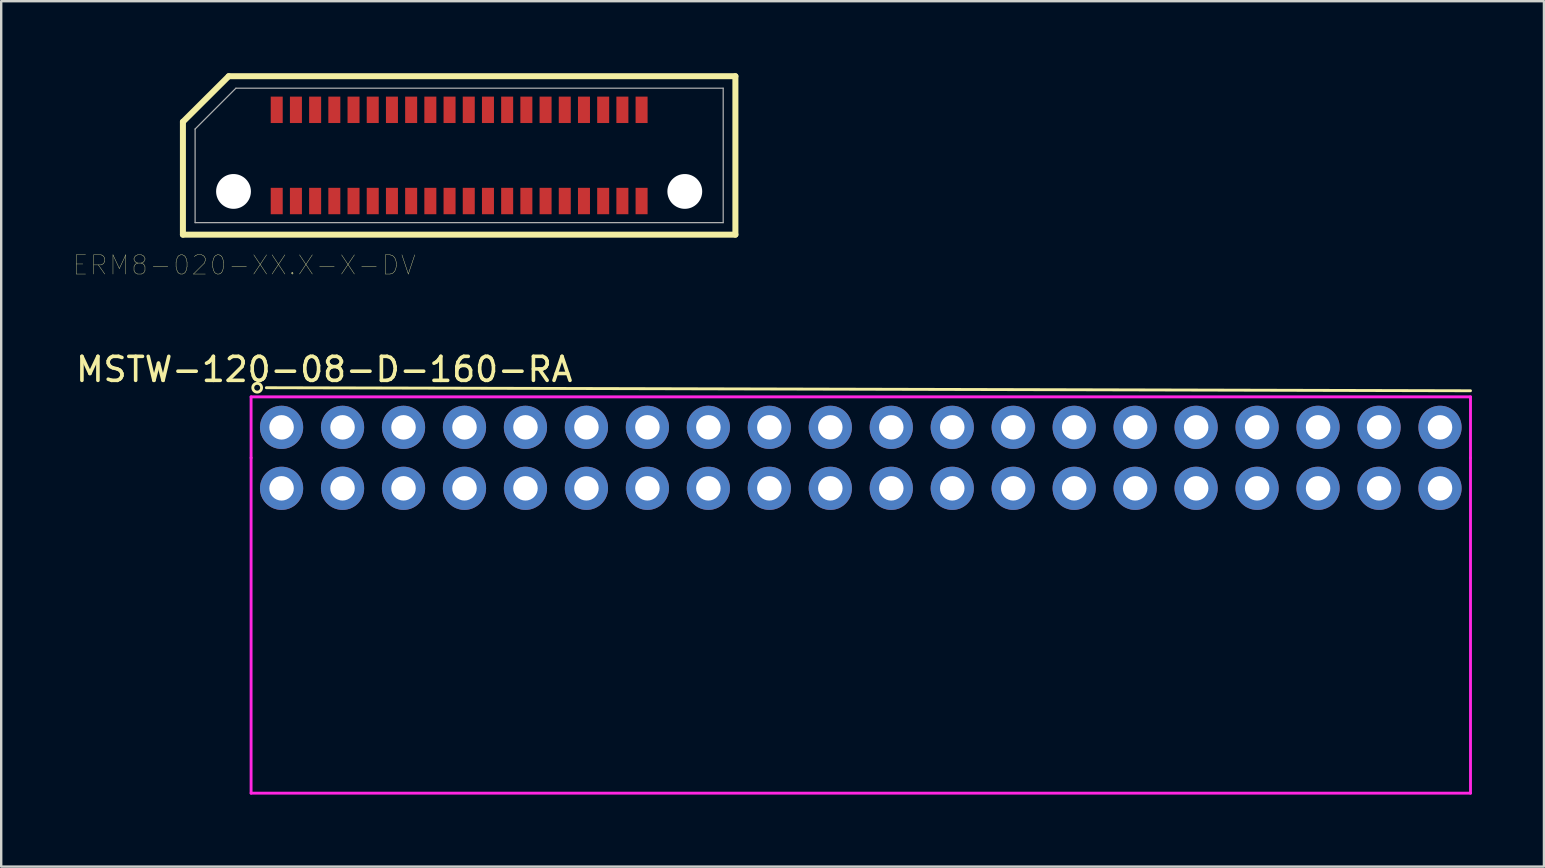
<source format=kicad_pcb>
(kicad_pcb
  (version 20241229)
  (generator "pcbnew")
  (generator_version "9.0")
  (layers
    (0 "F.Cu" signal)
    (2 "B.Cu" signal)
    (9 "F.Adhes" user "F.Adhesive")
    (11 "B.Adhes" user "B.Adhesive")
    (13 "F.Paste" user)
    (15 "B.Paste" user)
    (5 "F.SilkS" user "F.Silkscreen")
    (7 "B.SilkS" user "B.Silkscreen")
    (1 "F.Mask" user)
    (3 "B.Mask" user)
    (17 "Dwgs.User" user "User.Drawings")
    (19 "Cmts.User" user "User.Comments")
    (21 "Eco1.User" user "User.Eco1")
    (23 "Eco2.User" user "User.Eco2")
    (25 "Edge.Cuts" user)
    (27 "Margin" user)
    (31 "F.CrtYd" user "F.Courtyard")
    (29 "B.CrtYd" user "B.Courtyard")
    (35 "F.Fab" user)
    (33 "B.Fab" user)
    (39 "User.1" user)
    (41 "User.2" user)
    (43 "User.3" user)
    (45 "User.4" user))
  (footprint "ERM8-020-XX.X-X-DV"
    (layer "F.Cu")
    (at 16.078 3.425)
    (property "Reference" "ERM8-020-XX.X-X-DV" (at -8.955 4.572 0) (layer "F.SilkS") (effects (font (size 0.8 0.8) (thickness 0.015))))
    (attr through_hole)
    (fp_line (start -11.508 -1.4) (end -9.6 -3.3) (stroke (width 0.25) (type solid)) (layer "F.SilkS"))
    (fp_line (start -11.508 3.3) (end -11.508 -1.4) (stroke (width 0.25) (type solid)) (layer "F.SilkS"))
    (fp_line (start -9.6 -3.3) (end 11.508 -3.3) (stroke (width 0.25) (type solid)) (layer "F.SilkS"))
    (fp_line (start 11.508 -3.3) (end 11.508 3.3) (stroke (width 0.25) (type solid)) (layer "F.SilkS"))
    (fp_line (start 11.508 3.3) (end -11.508 3.3) (stroke (width 0.25) (type solid)) (layer "F.SilkS"))
    (fp_line (start -11 -1.1) (end -9.3 -2.8) (stroke (width 0.051) (type solid)) (layer "F.Fab"))
    (fp_line (start -11 2.8) (end -11 -1.1) (stroke (width 0.051) (type solid)) (layer "F.Fab"))
    (fp_line (start -9.3 -2.8) (end 11 -2.8) (stroke (width 0.051) (type solid)) (layer "F.Fab"))
    (fp_line (start 11 -2.8) (end 11 2.8) (stroke (width 0.051) (type solid)) (layer "F.Fab"))
    (fp_line (start 11 2.8) (end -11 2.8) (stroke (width 0.051) (type solid)) (layer "F.Fab"))
    (pad "" np_thru_hole circle (at -9.4 1.5) (size 1.45 1.45) (drill 1.45) (layers "*.Cu" "*.Mask"))
    (pad "" np_thru_hole circle (at 9.4 1.5) (size 1.45 1.45) (drill 1.45) (layers "*.Cu" "*.Mask"))
    (pad "1" smd rect (at -7.6 -1.9) (size 0.5 1.1) (layers "F.Cu" "F.Mask" "F.Paste"))
    (pad "2" smd rect (at -6.8 -1.9) (size 0.5 1.1) (layers "F.Cu" "F.Mask" "F.Paste"))
    (pad "3" smd rect (at -6 -1.9) (size 0.5 1.1) (layers "F.Cu" "F.Mask" "F.Paste"))
    (pad "4" smd rect (at -5.2 -1.9) (size 0.5 1.1) (layers "F.Cu" "F.Mask" "F.Paste"))
    (pad "5" smd rect (at -4.4 -1.9) (size 0.5 1.1) (layers "F.Cu" "F.Mask" "F.Paste"))
    (pad "6" smd rect (at -3.6 -1.9) (size 0.5 1.1) (layers "F.Cu" "F.Mask" "F.Paste"))
    (pad "7" smd rect (at -2.8 -1.9) (size 0.5 1.1) (layers "F.Cu" "F.Mask" "F.Paste"))
    (pad "8" smd rect (at -2 -1.9) (size 0.5 1.1) (layers "F.Cu" "F.Mask" "F.Paste"))
    (pad "9" smd rect (at -1.2 -1.9) (size 0.5 1.1) (layers "F.Cu" "F.Mask" "F.Paste"))
    (pad "10" smd rect (at -0.4 -1.9) (size 0.5 1.1) (layers "F.Cu" "F.Mask" "F.Paste"))
    (pad "11" smd rect (at 0.4 -1.9) (size 0.5 1.1) (layers "F.Cu" "F.Mask" "F.Paste"))
    (pad "12" smd rect (at 1.2 -1.9) (size 0.5 1.1) (layers "F.Cu" "F.Mask" "F.Paste"))
    (pad "13" smd rect (at 2 -1.9) (size 0.5 1.1) (layers "F.Cu" "F.Mask" "F.Paste"))
    (pad "14" smd rect (at 2.8 -1.9) (size 0.5 1.1) (layers "F.Cu" "F.Mask" "F.Paste"))
    (pad "15" smd rect (at 3.6 -1.9) (size 0.5 1.1) (layers "F.Cu" "F.Mask" "F.Paste"))
    (pad "16" smd rect (at 4.4 -1.9) (size 0.5 1.1) (layers "F.Cu" "F.Mask" "F.Paste"))
    (pad "17" smd rect (at 5.2 -1.9) (size 0.5 1.1) (layers "F.Cu" "F.Mask" "F.Paste"))
    (pad "18" smd rect (at 6 -1.9) (size 0.5 1.1) (layers "F.Cu" "F.Mask" "F.Paste"))
    (pad "19" smd rect (at 6.8 -1.9) (size 0.5 1.1) (layers "F.Cu" "F.Mask" "F.Paste"))
    (pad "20" smd rect (at 7.6 -1.9) (size 0.5 1.1) (layers "F.Cu" "F.Mask" "F.Paste"))
    (pad "21" smd rect (at 7.6 1.9) (size 0.5 1.1) (layers "F.Cu" "F.Mask" "F.Paste"))
    (pad "22" smd rect (at 6.8 1.9) (size 0.5 1.1) (layers "F.Cu" "F.Mask" "F.Paste"))
    (pad "23" smd rect (at 6 1.9) (size 0.5 1.1) (layers "F.Cu" "F.Mask" "F.Paste"))
    (pad "24" smd rect (at 5.2 1.9) (size 0.5 1.1) (layers "F.Cu" "F.Mask" "F.Paste"))
    (pad "25" smd rect (at 4.4 1.9) (size 0.5 1.1) (layers "F.Cu" "F.Mask" "F.Paste"))
    (pad "26" smd rect (at 3.6 1.9) (size 0.5 1.1) (layers "F.Cu" "F.Mask" "F.Paste"))
    (pad "27" smd rect (at 2.8 1.9) (size 0.5 1.1) (layers "F.Cu" "F.Mask" "F.Paste"))
    (pad "28" smd rect (at 2 1.9) (size 0.5 1.1) (layers "F.Cu" "F.Mask" "F.Paste"))
    (pad "29" smd rect (at 1.2 1.9) (size 0.5 1.1) (layers "F.Cu" "F.Mask" "F.Paste"))
    (pad "30" smd rect (at 0.4 1.9) (size 0.5 1.1) (layers "F.Cu" "F.Mask" "F.Paste"))
    (pad "31" smd rect (at -0.4 1.9) (size 0.5 1.1) (layers "F.Cu" "F.Mask" "F.Paste"))
    (pad "32" smd rect (at -1.2 1.9) (size 0.5 1.1) (layers "F.Cu" "F.Mask" "F.Paste"))
    (pad "33" smd rect (at -2 1.9) (size 0.5 1.1) (layers "F.Cu" "F.Mask" "F.Paste"))
    (pad "34" smd rect (at -2.8 1.9) (size 0.5 1.1) (layers "F.Cu" "F.Mask" "F.Paste"))
    (pad "35" smd rect (at -3.6 1.9) (size 0.5 1.1) (layers "F.Cu" "F.Mask" "F.Paste"))
    (pad "36" smd rect (at -4.4 1.9) (size 0.5 1.1) (layers "F.Cu" "F.Mask" "F.Paste"))
    (pad "37" smd rect (at -5.2 1.9) (size 0.5 1.1) (layers "F.Cu" "F.Mask" "F.Paste"))
    (pad "38" smd rect (at -6 1.9) (size 0.5 1.1) (layers "F.Cu" "F.Mask" "F.Paste"))
    (pad "39" smd rect (at -6.8 1.9) (size 0.5 1.1) (layers "F.Cu" "F.Mask" "F.Paste"))
    (pad "40" smd rect (at -7.6 1.9) (size 0.5 1.1) (layers "F.Cu" "F.Mask" "F.Paste")))
  (footprint "MSTW-120-08-D-160-RA"
    (layer "F.Cu")
    (at 32.81 16.023)
    (property "Reference" "MSTW-120-08-D-160-RA" (at -22.352 -3.683 0) (layer "F.SilkS") (effects (font (size 1 1) (thickness 0.15))))
    (attr through_hole)
    (fp_line (start -24.765 -2.921) (end 25.4 -2.794) (stroke (width 0.12) (type solid)) (layer "F.SilkS"))
    (fp_circle (center -25.146 -2.921) (end -24.994 -2.819) (stroke (width 0.12) (type solid)) (fill no) (layer "F.SilkS"))
    (fp_line (start -25.4 -2.54) (end 25.4 -2.54) (stroke (width 0.12) (type solid)) (layer "F.CrtYd"))
    (fp_line (start -25.4 0) (end -25.4 -2.54) (stroke (width 0.12) (type solid)) (layer "F.CrtYd"))
    (fp_line (start -25.4 0) (end -25.4 13.97) (stroke (width 0.12) (type solid)) (layer "F.CrtYd"))
    (fp_line (start -25.4 13.97) (end 25.4 13.97) (stroke (width 0.12) (type solid)) (layer "F.CrtYd"))
    (fp_line (start 25.4 -2.54) (end 25.4 0) (stroke (width 0.12) (type solid)) (layer "F.CrtYd"))
    (fp_line (start 25.4 13.97) (end 25.4 0) (stroke (width 0.12) (type solid)) (layer "F.CrtYd"))
    (pad "1" thru_hole circle (at -24.13 -1.27) (size 1.8 1.8) (drill 1.02) (layers "*.Cu" "*.Mask"))
    (pad "2" thru_hole circle (at -21.59 -1.27) (size 1.8 1.8) (drill 1.02) (layers "*.Cu" "*.Mask"))
    (pad "3" thru_hole circle (at -19.05 -1.27) (size 1.8 1.8) (drill 1.02) (layers "*.Cu" "*.Mask"))
    (pad "4" thru_hole circle (at -16.51 -1.27) (size 1.8 1.8) (drill 1.02) (layers "*.Cu" "*.Mask"))
    (pad "5" thru_hole circle (at -13.97 -1.27) (size 1.8 1.8) (drill 1.02) (layers "*.Cu" "*.Mask"))
    (pad "6" thru_hole circle (at -11.43 -1.27) (size 1.8 1.8) (drill 1.02) (layers "*.Cu" "*.Mask"))
    (pad "7" thru_hole circle (at -8.89 -1.27) (size 1.8 1.8) (drill 1.02) (layers "*.Cu" "*.Mask"))
    (pad "8" thru_hole circle (at -6.35 -1.27) (size 1.8 1.8) (drill 1.02) (layers "*.Cu" "*.Mask"))
    (pad "9" thru_hole circle (at -3.81 -1.27) (size 1.8 1.8) (drill 1.02) (layers "*.Cu" "*.Mask"))
    (pad "10" thru_hole circle (at -1.27 -1.27) (size 1.8 1.8) (drill 1.02) (layers "*.Cu" "*.Mask"))
    (pad "11" thru_hole circle (at 1.27 -1.27) (size 1.8 1.8) (drill 1.02) (layers "*.Cu" "*.Mask"))
    (pad "12" thru_hole circle (at 3.81 -1.27) (size 1.8 1.8) (drill 1.02) (layers "*.Cu" "*.Mask"))
    (pad "13" thru_hole circle (at 6.35 -1.27) (size 1.8 1.8) (drill 1.02) (layers "*.Cu" "*.Mask"))
    (pad "14" thru_hole circle (at 8.89 -1.27) (size 1.8 1.8) (drill 1.02) (layers "*.Cu" "*.Mask"))
    (pad "15" thru_hole circle (at 11.43 -1.27) (size 1.8 1.8) (drill 1.02) (layers "*.Cu" "*.Mask"))
    (pad "16" thru_hole circle (at 13.97 -1.27) (size 1.8 1.8) (drill 1.02) (layers "*.Cu" "*.Mask"))
    (pad "17" thru_hole circle (at 16.51 -1.27) (size 1.8 1.8) (drill 1.02) (layers "*.Cu" "*.Mask"))
    (pad "18" thru_hole circle (at 19.05 -1.27) (size 1.8 1.8) (drill 1.02) (layers "*.Cu" "*.Mask"))
    (pad "19" thru_hole circle (at 21.59 -1.27) (size 1.8 1.8) (drill 1.02) (layers "*.Cu" "*.Mask"))
    (pad "20" thru_hole circle (at 24.13 -1.27) (size 1.8 1.8) (drill 1.02) (layers "*.Cu" "*.Mask"))
    (pad "21" thru_hole circle (at 24.13 1.27) (size 1.8 1.8) (drill 1.02) (layers "*.Cu" "*.Mask"))
    (pad "22" thru_hole circle (at 21.59 1.27) (size 1.8 1.8) (drill 1.02) (layers "*.Cu" "*.Mask"))
    (pad "23" thru_hole circle (at 19.05 1.27) (size 1.8 1.8) (drill 1.02) (layers "*.Cu" "*.Mask"))
    (pad "24" thru_hole circle (at 16.51 1.27) (size 1.8 1.8) (drill 1.02) (layers "*.Cu" "*.Mask"))
    (pad "25" thru_hole circle (at 13.97 1.27) (size 1.8 1.8) (drill 1.02) (layers "*.Cu" "*.Mask"))
    (pad "26" thru_hole circle (at 11.43 1.27) (size 1.8 1.8) (drill 1.02) (layers "*.Cu" "*.Mask"))
    (pad "27" thru_hole circle (at 8.89 1.27) (size 1.8 1.8) (drill 1.02) (layers "*.Cu" "*.Mask"))
    (pad "28" thru_hole circle (at 6.35 1.27) (size 1.8 1.8) (drill 1.02) (layers "*.Cu" "*.Mask"))
    (pad "29" thru_hole circle (at 3.81 1.27) (size 1.8 1.8) (drill 1.02) (layers "*.Cu" "*.Mask"))
    (pad "30" thru_hole circle (at 1.27 1.27) (size 1.8 1.8) (drill 1.02) (layers "*.Cu" "*.Mask"))
    (pad "31" thru_hole circle (at -1.27 1.27) (size 1.8 1.8) (drill 1.02) (layers "*.Cu" "*.Mask"))
    (pad "32" thru_hole circle (at -3.81 1.27) (size 1.8 1.8) (drill 1.02) (layers "*.Cu" "*.Mask"))
    (pad "33" thru_hole circle (at -6.35 1.27) (size 1.8 1.8) (drill 1.02) (layers "*.Cu" "*.Mask"))
    (pad "34" thru_hole circle (at -8.89 1.27) (size 1.8 1.8) (drill 1.02) (layers "*.Cu" "*.Mask"))
    (pad "35" thru_hole circle (at -11.43 1.27) (size 1.8 1.8) (drill 1.02) (layers "*.Cu" "*.Mask"))
    (pad "36" thru_hole circle (at -13.97 1.27) (size 1.8 1.8) (drill 1.02) (layers "*.Cu" "*.Mask"))
    (pad "37" thru_hole circle (at -16.51 1.27) (size 1.8 1.8) (drill 1.02) (layers "*.Cu" "*.Mask"))
    (pad "38" thru_hole circle (at -19.05 1.27) (size 1.8 1.8) (drill 1.02) (layers "*.Cu" "*.Mask"))
    (pad "39" thru_hole circle (at -21.59 1.27) (size 1.8 1.8) (drill 1.02) (layers "*.Cu" "*.Mask"))
    (pad "40" thru_hole circle (at -24.13 1.27) (size 1.8 1.8) (drill 1.02) (layers "*.Cu" "*.Mask")))
  (gr_rect
    (start -3 -3)
    (end 61.27 33.053)
    (stroke (width 0.1) (type default))
    (fill no)
    (layer "Edge.Cuts")))
</source>
